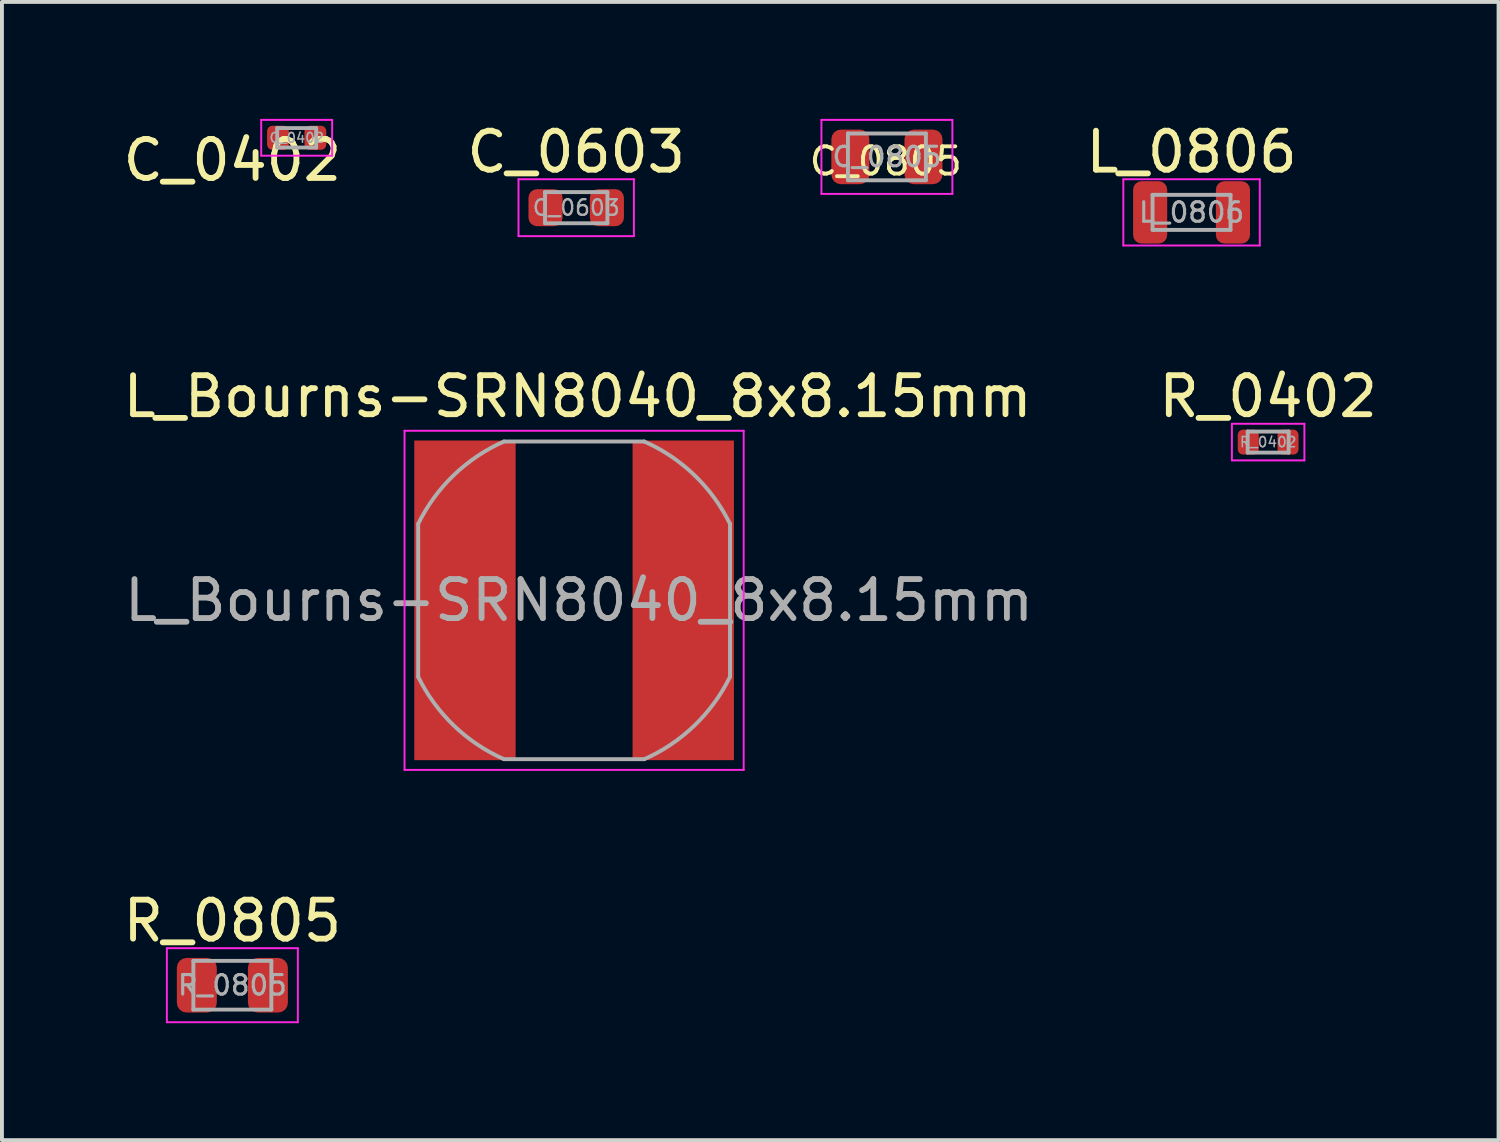
<source format=kicad_pcb>
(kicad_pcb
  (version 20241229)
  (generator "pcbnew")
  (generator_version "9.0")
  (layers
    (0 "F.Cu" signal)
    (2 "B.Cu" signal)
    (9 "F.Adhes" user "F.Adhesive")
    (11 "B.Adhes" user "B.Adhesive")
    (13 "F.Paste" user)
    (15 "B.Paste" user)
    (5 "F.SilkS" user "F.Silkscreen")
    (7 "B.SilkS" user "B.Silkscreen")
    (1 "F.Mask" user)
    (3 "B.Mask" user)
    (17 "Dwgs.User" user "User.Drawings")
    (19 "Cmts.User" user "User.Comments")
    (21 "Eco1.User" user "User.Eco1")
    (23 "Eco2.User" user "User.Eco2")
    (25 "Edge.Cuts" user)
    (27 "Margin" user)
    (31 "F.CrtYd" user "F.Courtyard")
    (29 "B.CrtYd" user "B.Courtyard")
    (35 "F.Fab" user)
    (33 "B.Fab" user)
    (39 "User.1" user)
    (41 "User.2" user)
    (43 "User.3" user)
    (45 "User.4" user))
  (footprint "R_0402"
    (layer "F.Cu")
    (at 29.483 8.291)
    (property "Reference" "R_0402" (at 0 -1.17 0) (layer "F.SilkS") (effects (font (size 1 1) (thickness 0.15))))
    (attr smd)
    (fp_line (start -0.93 -0.47) (end 0.93 -0.47) (stroke (width 0.05) (type solid)) (layer "F.CrtYd"))
    (fp_line (start -0.93 0.47) (end -0.93 -0.47) (stroke (width 0.05) (type solid)) (layer "F.CrtYd"))
    (fp_line (start 0.93 -0.47) (end 0.93 0.47) (stroke (width 0.05) (type solid)) (layer "F.CrtYd"))
    (fp_line (start 0.93 0.47) (end -0.93 0.47) (stroke (width 0.05) (type solid)) (layer "F.CrtYd"))
    (fp_line (start -0.525 -0.27) (end 0.525 -0.27) (stroke (width 0.1) (type solid)) (layer "F.Fab"))
    (fp_line (start -0.525 0.27) (end -0.525 -0.27) (stroke (width 0.1) (type solid)) (layer "F.Fab"))
    (fp_line (start 0.525 -0.27) (end 0.525 0.27) (stroke (width 0.1) (type solid)) (layer "F.Fab"))
    (fp_line (start 0.525 0.27) (end -0.525 0.27) (stroke (width 0.1) (type solid)) (layer "F.Fab"))
    (fp_text user "${REFERENCE}" (at 0 0 0) (layer "F.Fab") (effects (font (size 0.26 0.26) (thickness 0.04))))
    (pad "1" smd roundrect (at -0.51 0) (size 0.54 0.64) (layers "F.Cu" "F.Mask" "F.Paste") (roundrect_rratio 0.25))
    (pad "2" smd roundrect (at 0.51 0) (size 0.54 0.64) (layers "F.Cu" "F.Mask" "F.Paste") (roundrect_rratio 0.25)))
  (footprint "C_0805"
    (layer "F.Cu")
    (at 19.703 0.975)
    (property "Reference" "C_0805" (at -0.03 0.11 0) (layer "F.SilkS") (effects (font (size 0.7 0.7) (thickness 0.1))))
    (attr smd)
    (fp_line (start -1.68 -0.95) (end 1.68 -0.95) (stroke (width 0.05) (type solid)) (layer "F.CrtYd"))
    (fp_line (start -1.68 0.95) (end -1.68 -0.95) (stroke (width 0.05) (type solid)) (layer "F.CrtYd"))
    (fp_line (start 1.68 -0.95) (end 1.68 0.95) (stroke (width 0.05) (type solid)) (layer "F.CrtYd"))
    (fp_line (start 1.68 0.95) (end -1.68 0.95) (stroke (width 0.05) (type solid)) (layer "F.CrtYd"))
    (fp_line (start -1 -0.6) (end 1 -0.6) (stroke (width 0.1) (type solid)) (layer "F.Fab"))
    (fp_line (start -1 0.6) (end -1 -0.6) (stroke (width 0.1) (type solid)) (layer "F.Fab"))
    (fp_line (start 1 -0.6) (end 1 0.6) (stroke (width 0.1) (type solid)) (layer "F.Fab"))
    (fp_line (start 1 0.6) (end -1 0.6) (stroke (width 0.1) (type solid)) (layer "F.Fab"))
    (fp_text user "${REFERENCE}" (at 0 0 0) (layer "F.Fab") (effects (font (size 0.5 0.5) (thickness 0.08))))
    (pad "1" smd roundrect (at -0.938 0) (size 0.975 1.4) (layers "F.Cu" "F.Mask" "F.Paste") (roundrect_rratio 0.25))
    (pad "2" smd roundrect (at 0.938 0) (size 0.975 1.4) (layers "F.Cu" "F.Mask" "F.Paste") (roundrect_rratio 0.25)))
  (footprint "C_0402"
    (layer "F.Cu")
    (at 4.561 0.485)
    (property "Reference" "C_0402" (at -1.65 0.575 0) (layer "F.SilkS") (effects (font (size 1 1) (thickness 0.15))))
    (attr smd)
    (fp_line (start -0.91 -0.46) (end 0.91 -0.46) (stroke (width 0.05) (type solid)) (layer "F.CrtYd"))
    (fp_line (start -0.91 0.46) (end -0.91 -0.46) (stroke (width 0.05) (type solid)) (layer "F.CrtYd"))
    (fp_line (start 0.91 -0.46) (end 0.91 0.46) (stroke (width 0.05) (type solid)) (layer "F.CrtYd"))
    (fp_line (start 0.91 0.46) (end -0.91 0.46) (stroke (width 0.05) (type solid)) (layer "F.CrtYd"))
    (fp_line (start -0.5 -0.25) (end 0.5 -0.25) (stroke (width 0.1) (type solid)) (layer "F.Fab"))
    (fp_line (start -0.5 0.25) (end -0.5 -0.25) (stroke (width 0.1) (type solid)) (layer "F.Fab"))
    (fp_line (start 0.5 -0.25) (end 0.5 0.25) (stroke (width 0.1) (type solid)) (layer "F.Fab"))
    (fp_line (start 0.5 0.25) (end -0.5 0.25) (stroke (width 0.1) (type solid)) (layer "F.Fab"))
    (fp_text user "${REFERENCE}" (at 0 0 0) (layer "F.Fab") (effects (font (size 0.25 0.25) (thickness 0.04))))
    (pad "1" smd roundrect (at -0.48 0) (size 0.56 0.62) (layers "F.Cu" "F.Mask" "F.Paste") (roundrect_rratio 0.25))
    (pad "2" smd roundrect (at 0.48 0) (size 0.56 0.62) (layers "F.Cu" "F.Mask" "F.Paste") (roundrect_rratio 0.25)))
  (footprint "L_0806"
    (layer "F.Cu")
    (at 27.518 2.398)
    (property "Reference" "L_0806" (at 0 -1.55 0) (layer "F.SilkS") (effects (font (size 1 1) (thickness 0.15))))
    (attr smd)
    (fp_line (start -1.75 -0.85) (end 1.75 -0.85) (stroke (width 0.05) (type solid)) (layer "F.CrtYd"))
    (fp_line (start -1.75 0.85) (end -1.75 -0.85) (stroke (width 0.05) (type solid)) (layer "F.CrtYd"))
    (fp_line (start 1.75 -0.85) (end 1.75 0.85) (stroke (width 0.05) (type solid)) (layer "F.CrtYd"))
    (fp_line (start 1.75 0.85) (end -1.75 0.85) (stroke (width 0.05) (type solid)) (layer "F.CrtYd"))
    (fp_line (start -1 -0.45) (end 1 -0.45) (stroke (width 0.1) (type solid)) (layer "F.Fab"))
    (fp_line (start -1 0.45) (end -1 -0.45) (stroke (width 0.1) (type solid)) (layer "F.Fab"))
    (fp_line (start 1 -0.45) (end 1 0.45) (stroke (width 0.1) (type solid)) (layer "F.Fab"))
    (fp_line (start 1 0.45) (end -1 0.45) (stroke (width 0.1) (type solid)) (layer "F.Fab"))
    (fp_text user "${REFERENCE}" (at 0 0 0) (layer "F.Fab") (effects (font (size 0.5 0.5) (thickness 0.08))))
    (pad "1" smd roundrect (at -1.062 0) (size 0.875 1.6) (layers "F.Cu" "F.Mask" "F.Paste") (roundrect_rratio 0.25))
    (pad "2" smd roundrect (at 1.062 0) (size 0.875 1.6) (layers "F.Cu" "F.Mask" "F.Paste") (roundrect_rratio 0.25)))
  (footprint "R_0805"
    (layer "F.Cu")
    (at 2.911 22.225)
    (property "Reference" "R_0805" (at 0 -1.65 0) (layer "F.SilkS") (effects (font (size 1 1) (thickness 0.15))))
    (attr smd)
    (fp_line (start -1.68 -0.95) (end 1.68 -0.95) (stroke (width 0.05) (type solid)) (layer "F.CrtYd"))
    (fp_line (start -1.68 0.95) (end -1.68 -0.95) (stroke (width 0.05) (type solid)) (layer "F.CrtYd"))
    (fp_line (start 1.68 -0.95) (end 1.68 0.95) (stroke (width 0.05) (type solid)) (layer "F.CrtYd"))
    (fp_line (start 1.68 0.95) (end -1.68 0.95) (stroke (width 0.05) (type solid)) (layer "F.CrtYd"))
    (fp_line (start -1 -0.625) (end 1 -0.625) (stroke (width 0.1) (type solid)) (layer "F.Fab"))
    (fp_line (start -1 0.625) (end -1 -0.625) (stroke (width 0.1) (type solid)) (layer "F.Fab"))
    (fp_line (start 1 -0.625) (end 1 0.625) (stroke (width 0.1) (type solid)) (layer "F.Fab"))
    (fp_line (start 1 0.625) (end -1 0.625) (stroke (width 0.1) (type solid)) (layer "F.Fab"))
    (fp_text user "${REFERENCE}" (at 0 0 0) (layer "F.Fab") (effects (font (size 0.5 0.5) (thickness 0.08))))
    (pad "1" smd roundrect (at -0.912 0) (size 1.025 1.4) (layers "F.Cu" "F.Mask" "F.Paste") (roundrect_rratio 0.244))
    (pad "2" smd roundrect (at 0.912 0) (size 1.025 1.4) (layers "F.Cu" "F.Mask" "F.Paste") (roundrect_rratio 0.244)))
  (footprint "L_Bourns-SRN8040_8x8.15mm"
    (layer "F.Cu")
    (at 11.678 12.351)
    (property "Reference" "L_Bourns-SRN8040_8x8.15mm" (at 0.09 -5.23 0) (layer "F.SilkS") (effects (font (size 1 1) (thickness 0.15))))
    (attr smd)
    (fp_line (start -4.35 -4.35) (end -4.35 4.35) (stroke (width 0.05) (type solid)) (layer "F.CrtYd"))
    (fp_line (start -4.35 -4.35) (end 4.35 -4.35) (stroke (width 0.05) (type solid)) (layer "F.CrtYd"))
    (fp_line (start -4.35 4.35) (end 4.35 4.35) (stroke (width 0.05) (type solid)) (layer "F.CrtYd"))
    (fp_line (start 4.35 -4.35) (end 4.35 4.35) (stroke (width 0.05) (type solid)) (layer "F.CrtYd"))
    (fp_line (start -4 -1.96) (end -4 1.96) (stroke (width 0.1) (type solid)) (layer "F.Fab"))
    (fp_line (start -1.8 -4.075) (end 1.8 -4.075) (stroke (width 0.1) (type solid)) (layer "F.Fab"))
    (fp_line (start 1.8 4.075) (end -1.8 4.075) (stroke (width 0.1) (type solid)) (layer "F.Fab"))
    (fp_line (start 4 -1.96) (end 4 1.96) (stroke (width 0.1) (type solid)) (layer "F.Fab"))
    (fp_arc (start -3.99824 -1.964613) (mid -3.085179 -3.213611) (end -1.8 -4.075) (stroke (width 0.1) (type solid)) (layer "F.Fab"))
    (fp_arc (start -1.804314 4.072598) (mid -3.088411 3.209878) (end -4 1.96) (stroke (width 0.1) (type solid)) (layer "F.Fab"))
    (fp_arc (start 1.799817 -4.074587) (mid 3.086639 -3.211582) (end 4 -1.96) (stroke (width 0.1) (type solid)) (layer "F.Fab"))
    (fp_arc (start 3.99824 1.964613) (mid 3.085179 3.213611) (end 1.8 4.075) (stroke (width 0.1) (type solid)) (layer "F.Fab"))
    (fp_text user "${REFERENCE}" (at 0.127 0 0) (layer "F.Fab") (effects (font (size 1 1) (thickness 0.15))))
    (pad "1" smd rect (at -2.8 0) (size 2.6 8.2) (layers "F.Cu" "F.Mask" "F.Paste"))
    (pad "2" smd rect (at 2.8 0) (size 2.6 8.2) (layers "F.Cu" "F.Mask" "F.Paste")))
  (footprint "C_0603"
    (layer "F.Cu")
    (at 11.732 2.278)
    (property "Reference" "C_0603" (at 0 -1.43 0) (layer "F.SilkS") (effects (font (size 1 1) (thickness 0.15))))
    (attr smd)
    (fp_line (start -1.48 -0.73) (end 1.48 -0.73) (stroke (width 0.05) (type solid)) (layer "F.CrtYd"))
    (fp_line (start -1.48 0.73) (end -1.48 -0.73) (stroke (width 0.05) (type solid)) (layer "F.CrtYd"))
    (fp_line (start 1.48 -0.73) (end 1.48 0.73) (stroke (width 0.05) (type solid)) (layer "F.CrtYd"))
    (fp_line (start 1.48 0.73) (end -1.48 0.73) (stroke (width 0.05) (type solid)) (layer "F.CrtYd"))
    (fp_line (start -0.8 -0.4) (end 0.8 -0.4) (stroke (width 0.1) (type solid)) (layer "F.Fab"))
    (fp_line (start -0.8 0.4) (end -0.8 -0.4) (stroke (width 0.1) (type solid)) (layer "F.Fab"))
    (fp_line (start 0.8 -0.4) (end 0.8 0.4) (stroke (width 0.1) (type solid)) (layer "F.Fab"))
    (fp_line (start 0.8 0.4) (end -0.8 0.4) (stroke (width 0.1) (type solid)) (layer "F.Fab"))
    (fp_text user "${REFERENCE}" (at 0 0 0) (layer "F.Fab") (effects (font (size 0.4 0.4) (thickness 0.06))))
    (pad "1" smd roundrect (at -0.787 0) (size 0.875 0.95) (layers "F.Cu" "F.Mask" "F.Paste") (roundrect_rratio 0.25))
    (pad "2" smd roundrect (at 0.787 0) (size 0.875 0.95) (layers "F.Cu" "F.Mask" "F.Paste") (roundrect_rratio 0.25)))
  (gr_rect
    (start -3 -3)
    (end 35.394 26.2)
    (stroke (width 0.1) (type default))
    (fill no)
    (layer "Edge.Cuts")))
</source>
